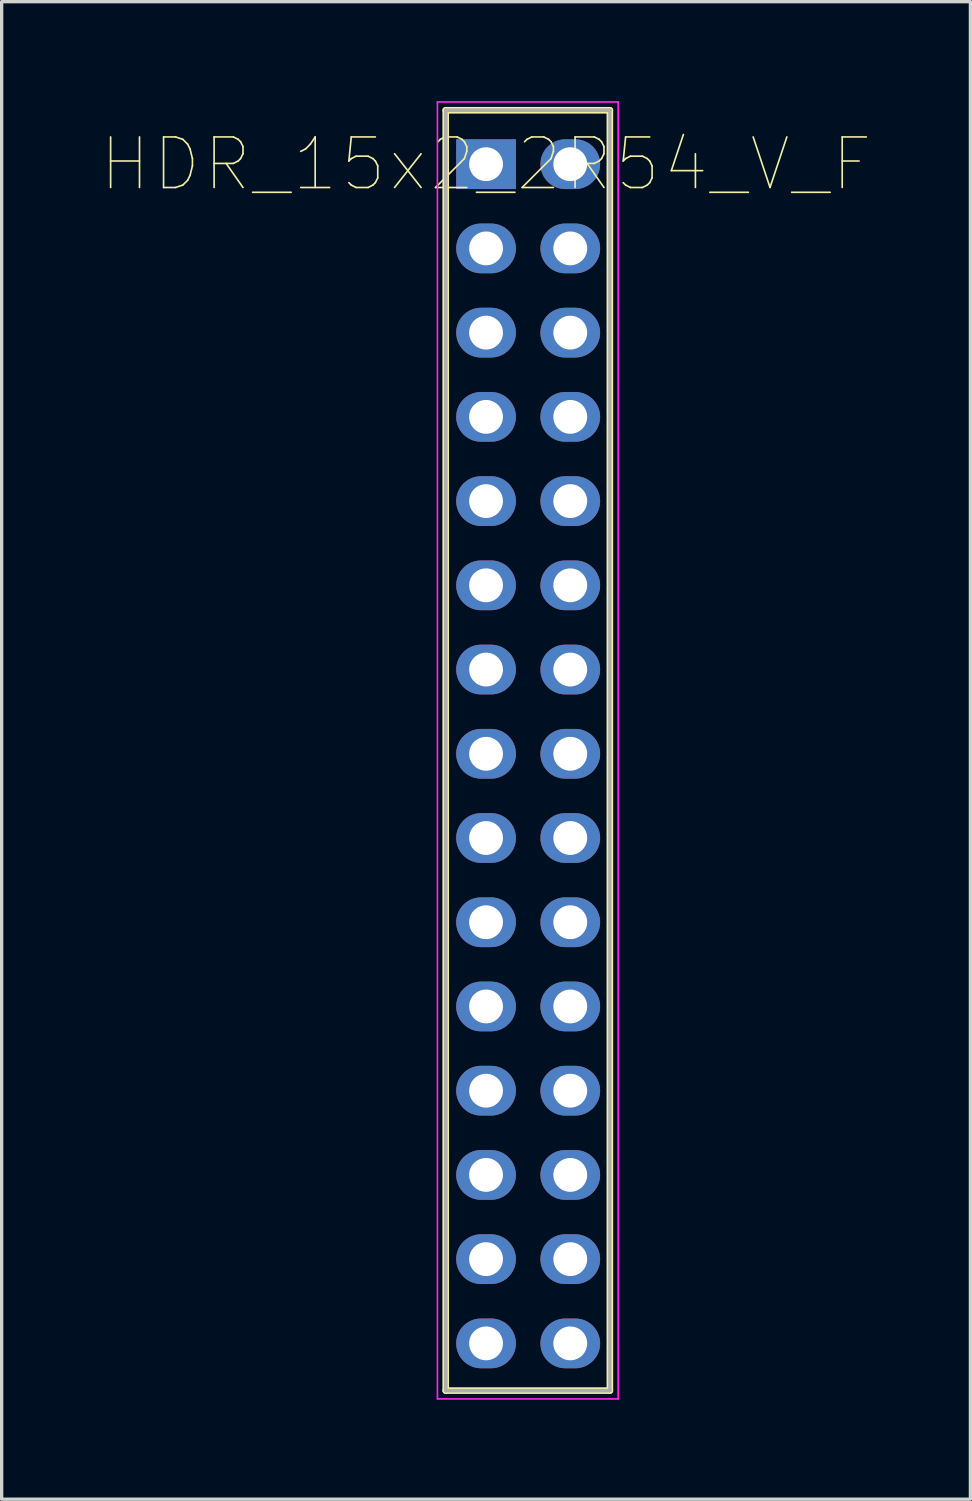
<source format=kicad_pcb>
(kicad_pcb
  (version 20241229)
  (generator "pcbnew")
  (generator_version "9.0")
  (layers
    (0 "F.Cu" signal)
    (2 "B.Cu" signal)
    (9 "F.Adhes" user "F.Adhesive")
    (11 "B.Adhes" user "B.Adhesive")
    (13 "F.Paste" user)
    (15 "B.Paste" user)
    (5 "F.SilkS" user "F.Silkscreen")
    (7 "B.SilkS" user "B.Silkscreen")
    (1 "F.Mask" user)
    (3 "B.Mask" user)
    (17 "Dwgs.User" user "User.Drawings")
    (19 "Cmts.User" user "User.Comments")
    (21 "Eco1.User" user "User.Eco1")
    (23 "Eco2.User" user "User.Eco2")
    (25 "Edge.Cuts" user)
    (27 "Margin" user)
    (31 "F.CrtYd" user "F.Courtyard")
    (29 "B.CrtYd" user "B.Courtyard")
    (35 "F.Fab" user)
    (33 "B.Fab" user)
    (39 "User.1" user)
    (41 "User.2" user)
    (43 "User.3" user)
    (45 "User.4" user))
  (footprint "HDR_15x2_2R54_V_F"
    (layer "F.Cu")
    (at 11.607 1.901)
    (property "Reference" "HDR_15x2_2R54_V_F" (at 0 0 0) (layer "F.SilkS") (effects (font (size 1.524 1.524) (thickness 0.05))))
    (attr smd)
    (fp_line (start -1.216 -1.626) (end -1.216 36.984) (stroke (width 0.2) (type solid)) (layer "F.SilkS"))
    (fp_line (start -1.216 -1.626) (end 3.734 -1.626) (stroke (width 0.2) (type solid)) (layer "F.SilkS"))
    (fp_line (start 3.734 -1.626) (end 3.734 36.984) (stroke (width 0.2) (type solid)) (layer "F.SilkS"))
    (fp_line (start 3.734 36.984) (end -1.216 36.984) (stroke (width 0.2) (type solid)) (layer "F.SilkS"))
    (fp_line (start -1.466 -1.876) (end 3.984 -1.876) (stroke (width 0.05) (type solid)) (layer "F.CrtYd"))
    (fp_line (start -1.466 37.234) (end -1.466 -1.876) (stroke (width 0.05) (type solid)) (layer "F.CrtYd"))
    (fp_line (start 3.984 -1.876) (end 3.984 37.234) (stroke (width 0.05) (type solid)) (layer "F.CrtYd"))
    (fp_line (start 3.984 37.234) (end -1.466 37.234) (stroke (width 0.05) (type solid)) (layer "F.CrtYd"))
    (fp_line (start -1.216 -1.626) (end 3.734 -1.626) (stroke (width 0.1) (type solid)) (layer "F.Fab"))
    (fp_line (start -1.216 -1.626) (end 3.734 -1.626) (stroke (width 0.1) (type solid)) (layer "F.Fab"))
    (fp_line (start -1.216 36.984) (end -1.216 -1.626) (stroke (width 0.1) (type solid)) (layer "F.Fab"))
    (fp_line (start -1.216 36.984) (end -1.216 -1.626) (stroke (width 0.1) (type solid)) (layer "F.Fab"))
    (fp_line (start 3.734 -1.626) (end 3.734 36.984) (stroke (width 0.1) (type solid)) (layer "F.Fab"))
    (fp_line (start 3.734 36.984) (end -1.216 36.984) (stroke (width 0.1) (type solid)) (layer "F.Fab"))
    (fp_line (start 3.734 36.984) (end -1.216 36.984) (stroke (width 0.1) (type solid)) (layer "F.Fab"))
    (pad "1" thru_hole rect (at 0 0 270) (size 1.5 1.8) (drill 1.02) (layers "*.Cu"))
    (pad "2" thru_hole oval (at 2.54 0 270) (size 1.5 1.8) (drill 1.02) (layers "*.Cu"))
    (pad "3" thru_hole oval (at 0 2.54 270) (size 1.5 1.8) (drill 1.02) (layers "*.Cu"))
    (pad "4" thru_hole oval (at 2.54 2.54 270) (size 1.5 1.8) (drill 1.02) (layers "*.Cu"))
    (pad "5" thru_hole oval (at 0 5.08 270) (size 1.5 1.8) (drill 1.02) (layers "*.Cu"))
    (pad "6" thru_hole oval (at 2.54 5.08 270) (size 1.5 1.8) (drill 1.02) (layers "*.Cu"))
    (pad "7" thru_hole oval (at 0 7.62 270) (size 1.5 1.8) (drill 1.02) (layers "*.Cu"))
    (pad "8" thru_hole oval (at 2.54 7.62 270) (size 1.5 1.8) (drill 1.02) (layers "*.Cu"))
    (pad "9" thru_hole oval (at 0 10.16 270) (size 1.5 1.8) (drill 1.02) (layers "*.Cu"))
    (pad "10" thru_hole oval (at 2.54 10.16 270) (size 1.5 1.8) (drill 1.02) (layers "*.Cu"))
    (pad "11" thru_hole oval (at 0 12.7 270) (size 1.5 1.8) (drill 1.02) (layers "*.Cu"))
    (pad "12" thru_hole oval (at 2.54 12.7 270) (size 1.5 1.8) (drill 1.02) (layers "*.Cu"))
    (pad "13" thru_hole oval (at 0 15.24 270) (size 1.5 1.8) (drill 1.02) (layers "*.Cu"))
    (pad "14" thru_hole oval (at 2.54 15.24 270) (size 1.5 1.8) (drill 1.02) (layers "*.Cu"))
    (pad "15" thru_hole oval (at 0 17.78 270) (size 1.5 1.8) (drill 1.02) (layers "*.Cu"))
    (pad "16" thru_hole oval (at 2.54 17.78 270) (size 1.5 1.8) (drill 1.02) (layers "*.Cu"))
    (pad "17" thru_hole oval (at 0 20.32 270) (size 1.5 1.8) (drill 1.02) (layers "*.Cu"))
    (pad "18" thru_hole oval (at 2.54 20.32 270) (size 1.5 1.8) (drill 1.02) (layers "*.Cu"))
    (pad "19" thru_hole oval (at 0 22.86 270) (size 1.5 1.8) (drill 1.02) (layers "*.Cu"))
    (pad "20" thru_hole oval (at 2.54 22.86 270) (size 1.5 1.8) (drill 1.02) (layers "*.Cu"))
    (pad "21" thru_hole oval (at 0 25.4 270) (size 1.5 1.8) (drill 1.02) (layers "*.Cu"))
    (pad "22" thru_hole oval (at 2.54 25.4 270) (size 1.5 1.8) (drill 1.02) (layers "*.Cu"))
    (pad "23" thru_hole oval (at 0 27.94 270) (size 1.5 1.8) (drill 1.02) (layers "*.Cu"))
    (pad "24" thru_hole oval (at 2.54 27.94 270) (size 1.5 1.8) (drill 1.02) (layers "*.Cu"))
    (pad "25" thru_hole oval (at 0 30.48 270) (size 1.5 1.8) (drill 1.02) (layers "*.Cu"))
    (pad "26" thru_hole oval (at 2.54 30.48 270) (size 1.5 1.8) (drill 1.02) (layers "*.Cu"))
    (pad "27" thru_hole oval (at 0 33.02 270) (size 1.5 1.8) (drill 1.02) (layers "*.Cu"))
    (pad "28" thru_hole oval (at 2.54 33.02 270) (size 1.5 1.8) (drill 1.02) (layers "*.Cu"))
    (pad "29" thru_hole oval (at 0 35.56 270) (size 1.5 1.8) (drill 1.02) (layers "*.Cu"))
    (pad "30" thru_hole oval (at 2.54 35.56 270) (size 1.5 1.8) (drill 1.02) (layers "*.Cu")))
  (gr_rect
    (start -3 -3)
    (end 26.213 42.16)
    (stroke (width 0.1) (type default))
    (fill no)
    (layer "Edge.Cuts")))
</source>
